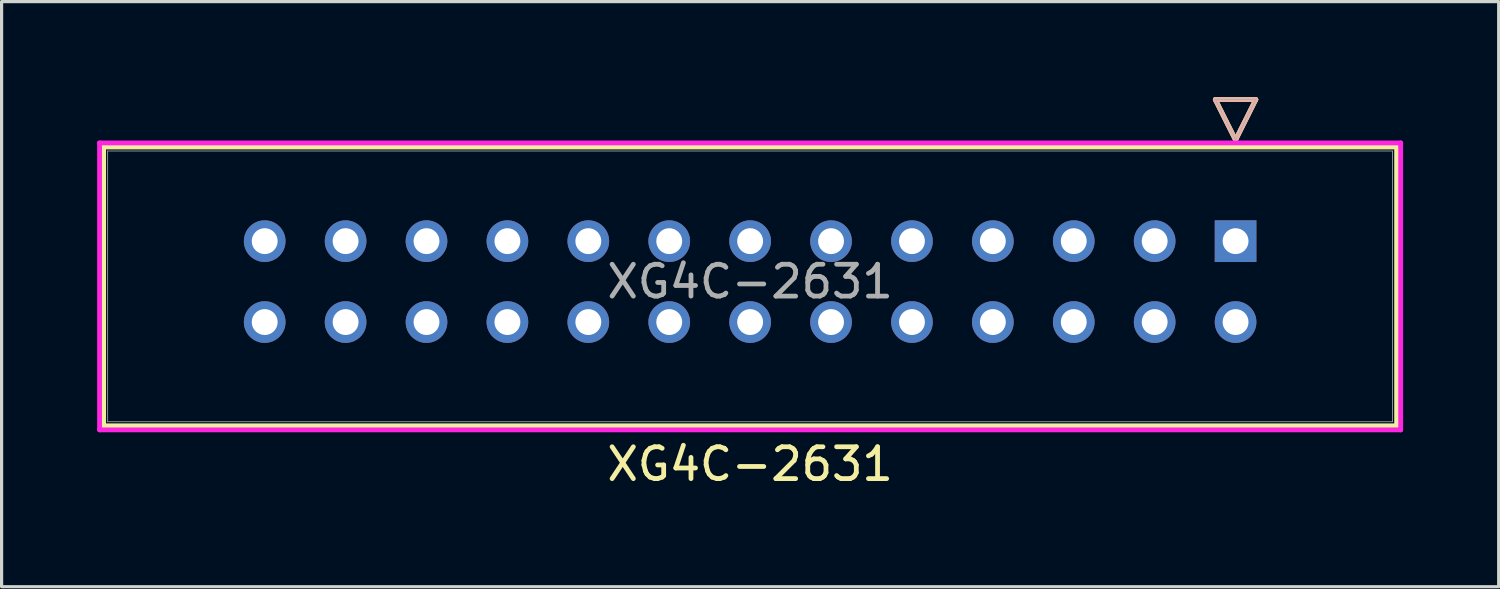
<source format=kicad_pcb>
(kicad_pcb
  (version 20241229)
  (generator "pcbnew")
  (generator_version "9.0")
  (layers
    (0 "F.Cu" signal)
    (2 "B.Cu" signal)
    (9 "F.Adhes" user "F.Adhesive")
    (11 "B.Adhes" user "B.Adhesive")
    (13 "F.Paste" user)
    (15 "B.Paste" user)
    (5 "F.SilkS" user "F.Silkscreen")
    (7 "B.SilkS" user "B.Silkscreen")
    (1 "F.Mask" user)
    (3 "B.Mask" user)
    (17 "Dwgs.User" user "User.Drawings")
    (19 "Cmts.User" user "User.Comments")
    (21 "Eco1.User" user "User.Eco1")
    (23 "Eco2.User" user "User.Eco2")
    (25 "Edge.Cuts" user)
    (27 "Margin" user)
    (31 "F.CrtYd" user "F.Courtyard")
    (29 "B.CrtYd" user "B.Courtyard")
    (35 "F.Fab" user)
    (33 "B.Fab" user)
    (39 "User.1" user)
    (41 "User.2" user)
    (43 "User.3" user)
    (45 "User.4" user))
  (footprint "XG4C-2631"
    (layer "F.Cu")
    (at 35.74 4.521)
    (property "Reference" "XG4C-2631" (at -15.24 7 0) (unlocked yes) (layer "F.SilkS") (effects (font (size 1 1) (thickness 0.15))))
    (attr through_hole)
    (fp_line (start -35.537 -2.957) (end -35.537 5.797) (stroke (width 0.152) (type solid)) (layer "F.SilkS"))
    (fp_line (start -35.537 5.797) (end 5.057 5.797) (stroke (width 0.152) (type solid)) (layer "F.SilkS"))
    (fp_line (start -0.635 -4.445) (end 0 -3.175) (stroke (width 0.152) (type solid)) (layer "F.SilkS"))
    (fp_line (start -0.635 -4.445) (end 0.635 -4.445) (stroke (width 0.152) (type solid)) (layer "F.SilkS"))
    (fp_line (start 0.635 -4.445) (end 0 -3.175) (stroke (width 0.152) (type solid)) (layer "F.SilkS"))
    (fp_line (start 5.057 -2.957) (end -35.537 -2.957) (stroke (width 0.152) (type solid)) (layer "F.SilkS"))
    (fp_line (start 5.057 5.797) (end 5.057 -2.957) (stroke (width 0.152) (type solid)) (layer "F.SilkS"))
    (fp_line (start -0.635 -4.445) (end 0 -3.175) (stroke (width 0.152) (type solid)) (layer "B.SilkS"))
    (fp_line (start -0.635 -4.445) (end 0.635 -4.445) (stroke (width 0.152) (type solid)) (layer "B.SilkS"))
    (fp_line (start 0.635 -4.445) (end 0 -3.175) (stroke (width 0.152) (type solid)) (layer "B.SilkS"))
    (fp_line (start -35.664 -3.084) (end -35.664 5.924) (stroke (width 0.152) (type solid)) (layer "F.CrtYd"))
    (fp_line (start -35.664 5.924) (end 5.184 5.924) (stroke (width 0.152) (type solid)) (layer "F.CrtYd"))
    (fp_line (start 5.184 -3.084) (end -35.664 -3.084) (stroke (width 0.152) (type solid)) (layer "F.CrtYd"))
    (fp_line (start 5.184 5.924) (end 5.184 -3.084) (stroke (width 0.152) (type solid)) (layer "F.CrtYd"))
    (fp_line (start -35.41 -2.83) (end -35.41 5.67) (stroke (width 0.025) (type solid)) (layer "F.Fab"))
    (fp_line (start -35.41 5.67) (end 4.93 5.67) (stroke (width 0.025) (type solid)) (layer "F.Fab"))
    (fp_line (start -0.635 -4.445) (end 0 -3.175) (stroke (width 0.025) (type solid)) (layer "F.Fab"))
    (fp_line (start -0.635 -4.445) (end 0.635 -4.445) (stroke (width 0.025) (type solid)) (layer "F.Fab"))
    (fp_line (start 0.635 -4.445) (end 0 -3.175) (stroke (width 0.025) (type solid)) (layer "F.Fab"))
    (fp_line (start 4.93 -2.83) (end -35.41 -2.83) (stroke (width 0.025) (type solid)) (layer "F.Fab"))
    (fp_line (start 4.93 5.67) (end 4.93 -2.83) (stroke (width 0.025) (type solid)) (layer "F.Fab"))
    (fp_text user "${REFERENCE}" (at -15.24 1.27 0) (unlocked yes) (layer "F.Fab") (effects (font (size 1 1) (thickness 0.15))))
    (pad "1" thru_hole rect (at 0 0) (size 1.308 1.308) (drill 0.813) (layers "*.Cu" "*.Mask"))
    (pad "2" thru_hole circle (at 0 2.54) (size 1.308 1.308) (drill 0.813) (layers "*.Cu" "*.Mask"))
    (pad "3" thru_hole circle (at -2.54 0) (size 1.308 1.308) (drill 0.813) (layers "*.Cu" "*.Mask"))
    (pad "4" thru_hole circle (at -2.54 2.54) (size 1.308 1.308) (drill 0.813) (layers "*.Cu" "*.Mask"))
    (pad "5" thru_hole circle (at -5.08 0) (size 1.308 1.308) (drill 0.813) (layers "*.Cu" "*.Mask"))
    (pad "6" thru_hole circle (at -5.08 2.54) (size 1.308 1.308) (drill 0.813) (layers "*.Cu" "*.Mask"))
    (pad "7" thru_hole circle (at -7.62 0) (size 1.308 1.308) (drill 0.813) (layers "*.Cu" "*.Mask"))
    (pad "8" thru_hole circle (at -7.62 2.54) (size 1.308 1.308) (drill 0.813) (layers "*.Cu" "*.Mask"))
    (pad "9" thru_hole circle (at -10.16 0) (size 1.308 1.308) (drill 0.813) (layers "*.Cu" "*.Mask"))
    (pad "10" thru_hole circle (at -10.16 2.54) (size 1.308 1.308) (drill 0.813) (layers "*.Cu" "*.Mask"))
    (pad "11" thru_hole circle (at -12.7 0) (size 1.308 1.308) (drill 0.813) (layers "*.Cu" "*.Mask"))
    (pad "12" thru_hole circle (at -12.7 2.54) (size 1.308 1.308) (drill 0.813) (layers "*.Cu" "*.Mask"))
    (pad "13" thru_hole circle (at -15.24 0) (size 1.308 1.308) (drill 0.813) (layers "*.Cu" "*.Mask"))
    (pad "14" thru_hole circle (at -15.24 2.54) (size 1.308 1.308) (drill 0.813) (layers "*.Cu" "*.Mask"))
    (pad "15" thru_hole circle (at -17.78 0) (size 1.308 1.308) (drill 0.813) (layers "*.Cu" "*.Mask"))
    (pad "16" thru_hole circle (at -17.78 2.54) (size 1.308 1.308) (drill 0.813) (layers "*.Cu" "*.Mask"))
    (pad "17" thru_hole circle (at -20.32 0) (size 1.308 1.308) (drill 0.813) (layers "*.Cu" "*.Mask"))
    (pad "18" thru_hole circle (at -20.32 2.54) (size 1.308 1.308) (drill 0.813) (layers "*.Cu" "*.Mask"))
    (pad "19" thru_hole circle (at -22.86 0) (size 1.308 1.308) (drill 0.813) (layers "*.Cu" "*.Mask"))
    (pad "20" thru_hole circle (at -22.86 2.54) (size 1.308 1.308) (drill 0.813) (layers "*.Cu" "*.Mask"))
    (pad "21" thru_hole circle (at -25.4 0) (size 1.308 1.308) (drill 0.813) (layers "*.Cu" "*.Mask"))
    (pad "22" thru_hole circle (at -25.4 2.54) (size 1.308 1.308) (drill 0.813) (layers "*.Cu" "*.Mask"))
    (pad "23" thru_hole circle (at -27.94 0) (size 1.308 1.308) (drill 0.813) (layers "*.Cu" "*.Mask"))
    (pad "24" thru_hole circle (at -27.94 2.54) (size 1.308 1.308) (drill 0.813) (layers "*.Cu" "*.Mask"))
    (pad "25" thru_hole circle (at -30.48 0) (size 1.308 1.308) (drill 0.813) (layers "*.Cu" "*.Mask"))
    (pad "26" thru_hole circle (at -30.48 2.54) (size 1.308 1.308) (drill 0.813) (layers "*.Cu" "*.Mask")))
  (gr_rect
    (start -3 -3)
    (end 44 15.369)
    (stroke (width 0.1) (type default))
    (fill no)
    (layer "Edge.Cuts")))
</source>
